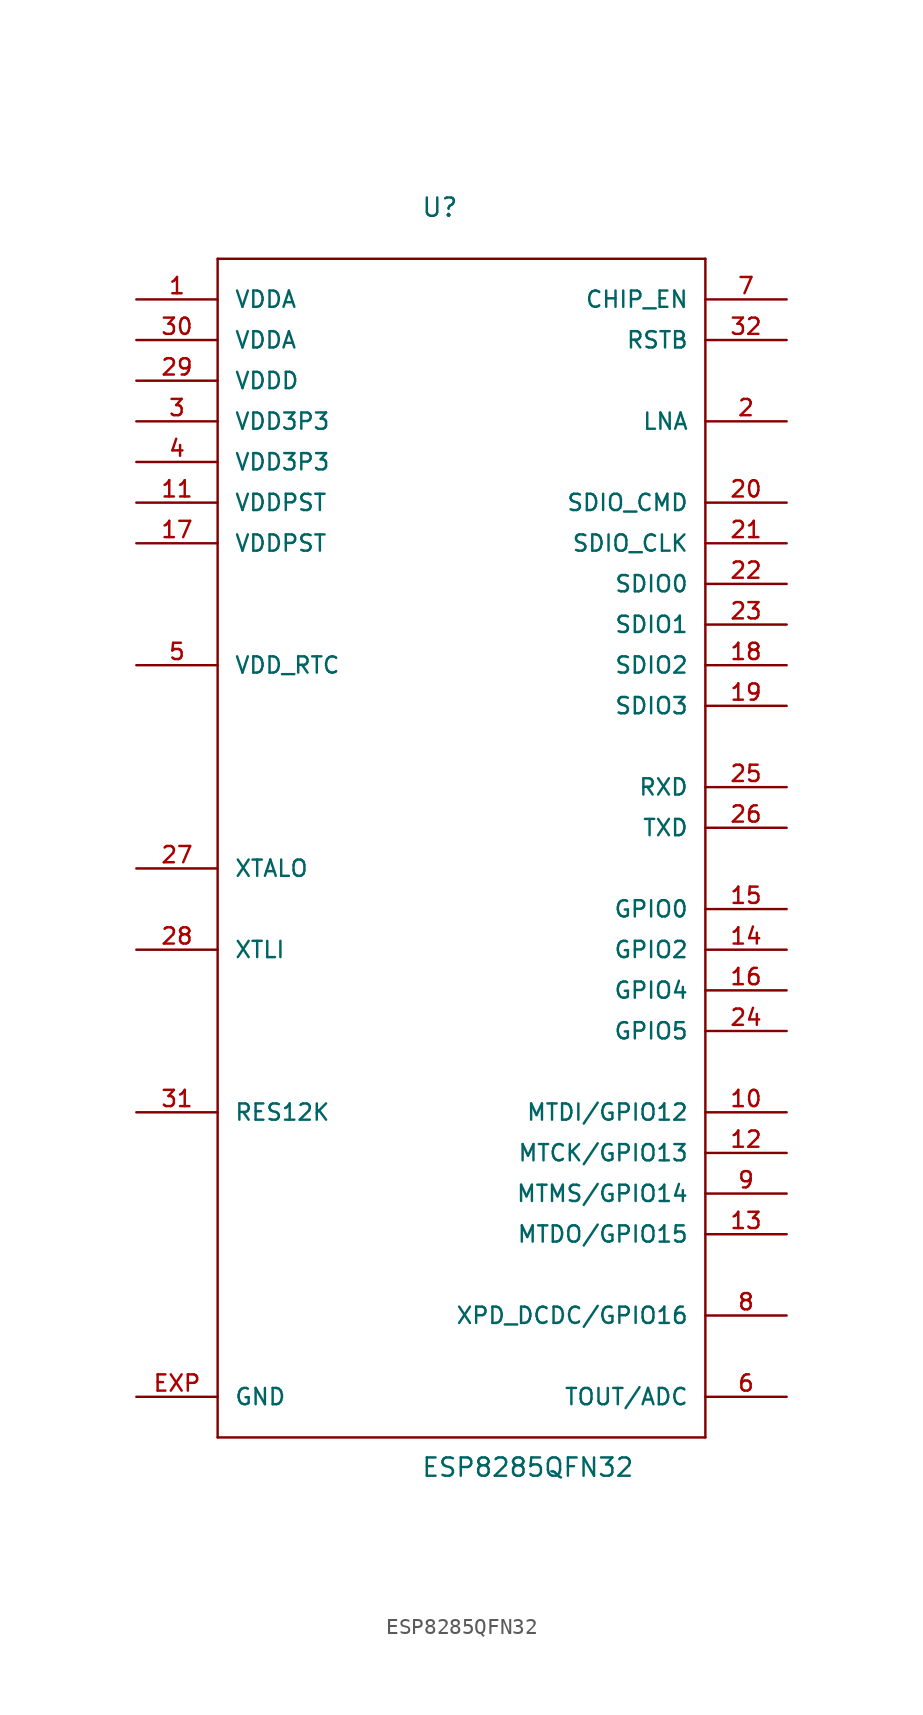
<source format=kicad_sym>
(kicad_symbol_lib
  (version 20220914)
  (generator kicad_symbol_editor)
  (symbol "ESP8285QFN32"
    (pin_names
      (offset 1.016))
    (property "Reference" "U"
      (at -2.54 38.1 0)
      (effects (font (size 1.143 1.143)) (justify left bottom)))
    (property "Value" "ESP8285QFN32"
      (at -2.54 -40.64 0)
      (effects (font (size 1.143 1.143)) (justify left bottom)))
    (property "ki_locked" ""
      (at 0 0 0)
      (effects (font (size 1.27 1.27))))
    (symbol "ESP8285QFN32_1_0"
      (polyline (pts (xy -15.24 -38.1) (xy 15.24 -38.1)) (stroke (width 0) (type solid)) (fill (type none)))
      (polyline (pts (xy -15.24 35.56) (xy -15.24 -38.1)) (stroke (width 0) (type solid)) (fill (type none)))
      (polyline (pts (xy 15.24 -38.1) (xy 15.24 35.56)) (stroke (width 0) (type solid)) (fill (type none)))
      (polyline (pts (xy 15.24 35.56) (xy -15.24 35.56)) (stroke (width 0) (type solid)) (fill (type none))))
    (symbol "ESP8285QFN32_1_1"
      (pin power_in line (at -20.32 33.02 0) (length 5.08) (name "VDDA" (effects (font (size 1.016 1.016)))) (number "1" (effects (font (size 1.016 1.016)))))
      (pin bidirectional line (at 20.32 -17.78 180) (length 5.08) (name "MTDI/GPIO12" (effects (font (size 1.016 1.016)))) (number "10" (effects (font (size 1.016 1.016)))))
      (pin power_in line (at -20.32 20.32 0) (length 5.08) (name "VDDPST" (effects (font (size 1.016 1.016)))) (number "11" (effects (font (size 1.016 1.016)))))
      (pin bidirectional line (at 20.32 -20.32 180) (length 5.08) (name "MTCK/GPIO13" (effects (font (size 1.016 1.016)))) (number "12" (effects (font (size 1.016 1.016)))))
      (pin bidirectional line (at 20.32 -25.4 180) (length 5.08) (name "MTDO/GPIO15" (effects (font (size 1.016 1.016)))) (number "13" (effects (font (size 1.016 1.016)))))
      (pin bidirectional line (at 20.32 -7.62 180) (length 5.08) (name "GPIO2" (effects (font (size 1.016 1.016)))) (number "14" (effects (font (size 1.016 1.016)))))
      (pin bidirectional line (at 20.32 -5.08 180) (length 5.08) (name "GPIO0" (effects (font (size 1.016 1.016)))) (number "15" (effects (font (size 1.016 1.016)))))
      (pin bidirectional line (at 20.32 -10.16 180) (length 5.08) (name "GPIO4" (effects (font (size 1.016 1.016)))) (number "16" (effects (font (size 1.016 1.016)))))
      (pin power_in line (at -20.32 17.78 0) (length 5.08) (name "VDDPST" (effects (font (size 1.016 1.016)))) (number "17" (effects (font (size 1.016 1.016)))))
      (pin bidirectional line (at 20.32 10.16 180) (length 5.08) (name "SDIO2" (effects (font (size 1.016 1.016)))) (number "18" (effects (font (size 1.016 1.016)))))
      (pin bidirectional line (at 20.32 7.62 180) (length 5.08) (name "SDIO3" (effects (font (size 1.016 1.016)))) (number "19" (effects (font (size 1.016 1.016)))))
      (pin bidirectional line (at 20.32 25.4 180) (length 5.08) (name "LNA" (effects (font (size 1.016 1.016)))) (number "2" (effects (font (size 1.016 1.016)))))
      (pin bidirectional line (at 20.32 20.32 180) (length 5.08) (name "SDIO_CMD" (effects (font (size 1.016 1.016)))) (number "20" (effects (font (size 1.016 1.016)))))
      (pin bidirectional line (at 20.32 17.78 180) (length 5.08) (name "SDIO_CLK" (effects (font (size 1.016 1.016)))) (number "21" (effects (font (size 1.016 1.016)))))
      (pin bidirectional line (at 20.32 15.24 180) (length 5.08) (name "SDIO0" (effects (font (size 1.016 1.016)))) (number "22" (effects (font (size 1.016 1.016)))))
      (pin bidirectional line (at 20.32 12.7 180) (length 5.08) (name "SDIO1" (effects (font (size 1.016 1.016)))) (number "23" (effects (font (size 1.016 1.016)))))
      (pin bidirectional line (at 20.32 -12.7 180) (length 5.08) (name "GPIO5" (effects (font (size 1.016 1.016)))) (number "24" (effects (font (size 1.016 1.016)))))
      (pin bidirectional line (at 20.32 2.54 180) (length 5.08) (name "RXD" (effects (font (size 1.016 1.016)))) (number "25" (effects (font (size 1.016 1.016)))))
      (pin bidirectional line (at 20.32 0 180) (length 5.08) (name "TXD" (effects (font (size 1.016 1.016)))) (number "26" (effects (font (size 1.016 1.016)))))
      (pin bidirectional line (at -20.32 -2.54 0) (length 5.08) (name "XTALO" (effects (font (size 1.016 1.016)))) (number "27" (effects (font (size 1.016 1.016)))))
      (pin bidirectional line (at -20.32 -7.62 0) (length 5.08) (name "XTLI" (effects (font (size 1.016 1.016)))) (number "28" (effects (font (size 1.016 1.016)))))
      (pin power_in line (at -20.32 27.94 0) (length 5.08) (name "VDDD" (effects (font (size 1.016 1.016)))) (number "29" (effects (font (size 1.016 1.016)))))
      (pin power_in line (at -20.32 25.4 0) (length 5.08) (name "VDD3P3" (effects (font (size 1.016 1.016)))) (number "3" (effects (font (size 1.016 1.016)))))
      (pin power_in line (at -20.32 30.48 0) (length 5.08) (name "VDDA" (effects (font (size 1.016 1.016)))) (number "30" (effects (font (size 1.016 1.016)))))
      (pin input line (at -20.32 -17.78 0) (length 5.08) (name "RES12K" (effects (font (size 1.016 1.016)))) (number "31" (effects (font (size 1.016 1.016)))))
      (pin input line (at 20.32 30.48 180) (length 5.08) (name "RSTB" (effects (font (size 1.016 1.016)))) (number "32" (effects (font (size 1.016 1.016)))))
      (pin power_in line (at -20.32 22.86 0) (length 5.08) (name "VDD3P3" (effects (font (size 1.016 1.016)))) (number "4" (effects (font (size 1.016 1.016)))))
      (pin unspecified line (at -20.32 10.16 0) (length 5.08) (name "VDD_RTC" (effects (font (size 1.016 1.016)))) (number "5" (effects (font (size 1.016 1.016)))))
      (pin input line (at 20.32 -35.56 180) (length 5.08) (name "TOUT/ADC" (effects (font (size 1.016 1.016)))) (number "6" (effects (font (size 1.016 1.016)))))
      (pin input line (at 20.32 33.02 180) (length 5.08) (name "CHIP_EN" (effects (font (size 1.016 1.016)))) (number "7" (effects (font (size 1.016 1.016)))))
      (pin bidirectional line (at 20.32 -30.48 180) (length 5.08) (name "XPD_DCDC/GPIO16" (effects (font (size 1.016 1.016)))) (number "8" (effects (font (size 1.016 1.016)))))
      (pin bidirectional line (at 20.32 -22.86 180) (length 5.08) (name "MTMS/GPIO14" (effects (font (size 1.016 1.016)))) (number "9" (effects (font (size 1.016 1.016)))))
      (pin power_in line (at -20.32 -35.56 0) (length 5.08) (name "GND" (effects (font (size 1.016 1.016)))) (number "EXP" (effects (font (size 1.016 1.016))))))))
</source>
